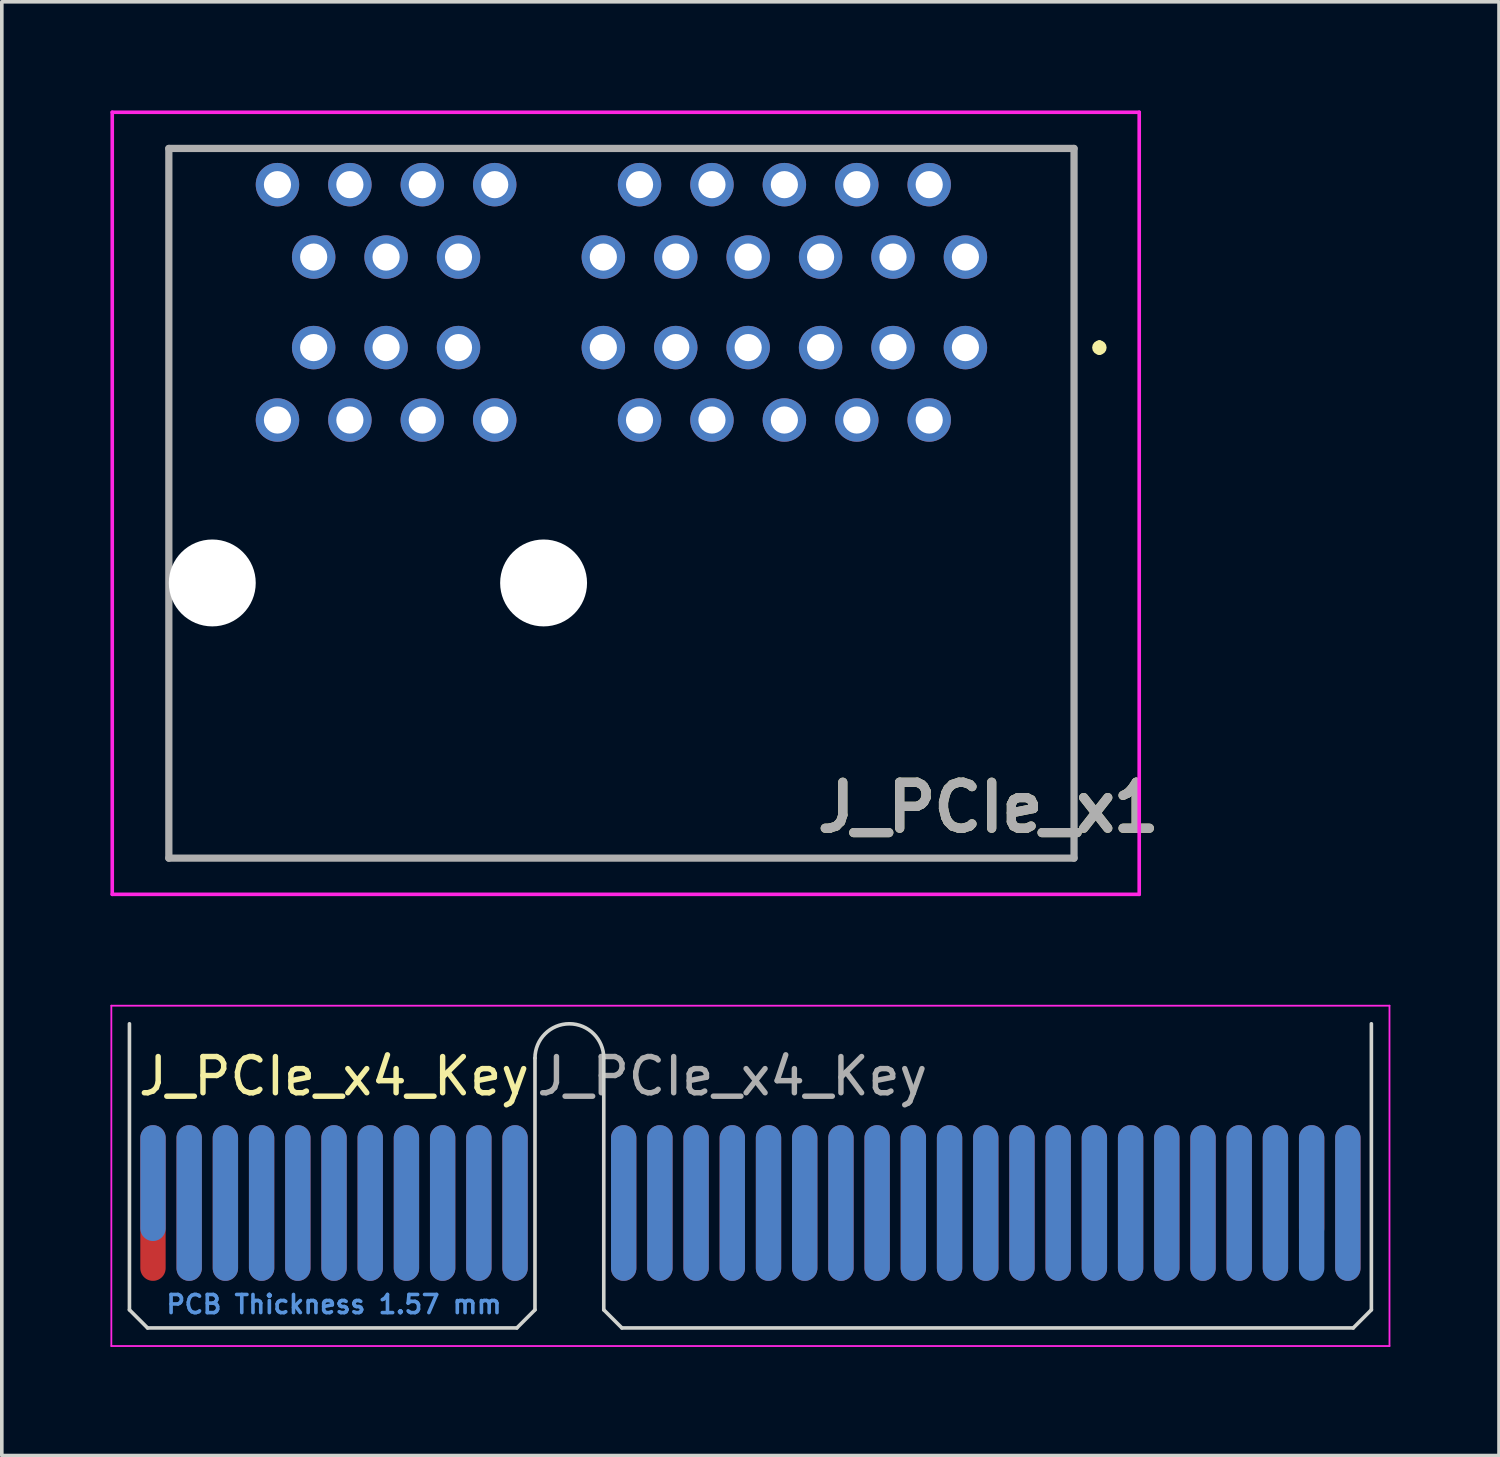
<source format=kicad_pcb>
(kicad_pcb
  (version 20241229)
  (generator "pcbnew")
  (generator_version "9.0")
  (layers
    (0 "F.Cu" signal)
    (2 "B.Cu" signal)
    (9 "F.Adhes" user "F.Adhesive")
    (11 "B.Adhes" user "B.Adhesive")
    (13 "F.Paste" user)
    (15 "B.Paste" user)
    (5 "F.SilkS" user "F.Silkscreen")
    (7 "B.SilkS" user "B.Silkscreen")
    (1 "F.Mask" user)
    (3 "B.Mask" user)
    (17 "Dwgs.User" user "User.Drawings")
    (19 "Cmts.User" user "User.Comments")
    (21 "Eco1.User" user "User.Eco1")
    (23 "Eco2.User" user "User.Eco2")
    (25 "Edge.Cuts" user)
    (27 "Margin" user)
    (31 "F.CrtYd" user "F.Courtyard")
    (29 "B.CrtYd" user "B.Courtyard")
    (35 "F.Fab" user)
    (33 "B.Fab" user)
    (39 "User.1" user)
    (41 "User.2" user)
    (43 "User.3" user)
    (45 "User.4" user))
  (footprint "J_PCIe_x4_Key"
    (layer "F.Cu")
    (at 1.175 30.175)
    (property "Reference" "J_PCIe_x4_Key" (at 5 -3.5 0) (layer "F.SilkS") (effects (font (size 1 1) (thickness 0.15))))
    (attr exclude_from_pos_files exclude_from_bom)
    (fp_line (start -0.65 -4.95) (end -0.65 2.95) (stroke (width 0.1) (type solid)) (layer "Edge.Cuts"))
    (fp_line (start -0.65 2.95) (end -0.15 3.45) (stroke (width 0.1) (type solid)) (layer "Edge.Cuts"))
    (fp_line (start -0.15 3.45) (end 10.05 3.45) (stroke (width 0.1) (type solid)) (layer "Edge.Cuts"))
    (fp_line (start 10.55 -4) (end 10.55 2.95) (stroke (width 0.1) (type solid)) (layer "Edge.Cuts"))
    (fp_line (start 10.55 2.95) (end 10.05 3.45) (stroke (width 0.1) (type solid)) (layer "Edge.Cuts"))
    (fp_line (start 12.45 -4) (end 12.45 2.95) (stroke (width 0.1) (type solid)) (layer "Edge.Cuts"))
    (fp_line (start 12.45 2.95) (end 12.95 3.45) (stroke (width 0.1) (type solid)) (layer "Edge.Cuts"))
    (fp_line (start 12.95 3.45) (end 33.15 3.45) (stroke (width 0.1) (type solid)) (layer "Edge.Cuts"))
    (fp_line (start 33.65 -4.95) (end 33.65 2.95) (stroke (width 0.1) (type solid)) (layer "Edge.Cuts"))
    (fp_line (start 33.65 2.95) (end 33.15 3.45) (stroke (width 0.1) (type solid)) (layer "Edge.Cuts"))
    (fp_arc (start 10.55 -4) (mid 11.5 -4.95) (end 12.45 -4) (stroke (width 0.1) (type solid)) (layer "Edge.Cuts"))
    (fp_line (start -1.15 -5.45) (end -1.15 3.95) (stroke (width 0.05) (type solid)) (layer "F.CrtYd"))
    (fp_line (start -1.15 -5.45) (end 34.15 -5.45) (stroke (width 0.05) (type solid)) (layer "F.CrtYd"))
    (fp_line (start 34.15 3.95) (end -1.15 3.95) (stroke (width 0.05) (type solid)) (layer "F.CrtYd"))
    (fp_line (start 34.15 3.95) (end 34.15 -5.45) (stroke (width 0.05) (type solid)) (layer "F.CrtYd"))
    (fp_text user "PCB Thickness 1.57 mm" (at 5 2.8 180) (layer "Cmts.User") (effects (font (size 0.5 0.5) (thickness 0.1))))
    (fp_text user "${REFERENCE}" (at 16 -3.5 0) (layer "F.Fab") (effects (font (size 1 1) (thickness 0.15))))
    (pad "A1" connect oval (at 0 -0.55) (size 0.7 3.2) (layers "B.Cu" "B.Mask"))
    (pad "A2" connect oval (at 1 0) (size 0.7 4.3) (layers "B.Cu" "B.Mask"))
    (pad "A3" connect oval (at 2 0) (size 0.7 4.3) (layers "B.Cu" "B.Mask"))
    (pad "A4" connect oval (at 3 0) (size 0.7 4.3) (layers "B.Cu" "B.Mask"))
    (pad "A5" connect oval (at 4 0) (size 0.7 4.3) (layers "B.Cu" "B.Mask"))
    (pad "A6" connect oval (at 5 0) (size 0.7 4.3) (layers "B.Cu" "B.Mask"))
    (pad "A7" connect oval (at 6 0) (size 0.7 4.3) (layers "B.Cu" "B.Mask"))
    (pad "A8" connect oval (at 7 0) (size 0.7 4.3) (layers "B.Cu" "B.Mask"))
    (pad "A9" connect oval (at 8 0) (size 0.7 4.3) (layers "B.Cu" "B.Mask"))
    (pad "A10" connect oval (at 9 0) (size 0.7 4.3) (layers "B.Cu" "B.Mask"))
    (pad "A11" connect oval (at 10 0) (size 0.7 4.3) (layers "B.Cu" "B.Mask"))
    (pad "A12" connect oval (at 13 0) (size 0.7 4.3) (layers "B.Cu" "B.Mask"))
    (pad "A13" connect oval (at 14 0) (size 0.7 4.3) (layers "B.Cu" "B.Mask"))
    (pad "A14" connect oval (at 15 0) (size 0.7 4.3) (layers "B.Cu" "B.Mask"))
    (pad "A15" connect oval (at 16 0) (size 0.7 4.3) (layers "B.Cu" "B.Mask"))
    (pad "A16" connect oval (at 17 0) (size 0.7 4.3) (layers "B.Cu" "B.Mask"))
    (pad "A17" connect oval (at 18 0) (size 0.7 4.3) (layers "B.Cu" "B.Mask"))
    (pad "A18" connect oval (at 19 0) (size 0.7 4.3) (layers "B.Cu" "B.Mask"))
    (pad "A19" connect oval (at 20 0) (size 0.7 4.3) (layers "B.Cu" "B.Mask"))
    (pad "A20" connect oval (at 21 0) (size 0.7 4.3) (layers "B.Cu" "B.Mask"))
    (pad "A21" connect oval (at 22 0) (size 0.7 4.3) (layers "B.Cu" "B.Mask"))
    (pad "A22" connect oval (at 23 0) (size 0.7 4.3) (layers "B.Cu" "B.Mask"))
    (pad "A23" connect oval (at 24 0) (size 0.7 4.3) (layers "B.Cu" "B.Mask"))
    (pad "A24" connect oval (at 25 0) (size 0.7 4.3) (layers "B.Cu" "B.Mask"))
    (pad "A25" connect oval (at 26 0) (size 0.7 4.3) (layers "B.Cu" "B.Mask"))
    (pad "A26" connect oval (at 27 0) (size 0.7 4.3) (layers "B.Cu" "B.Mask"))
    (pad "A27" connect oval (at 28 0) (size 0.7 4.3) (layers "B.Cu" "B.Mask"))
    (pad "A28" connect oval (at 29 0) (size 0.7 4.3) (layers "B.Cu" "B.Mask"))
    (pad "A29" connect oval (at 30 0) (size 0.7 4.3) (layers "B.Cu" "B.Mask"))
    (pad "A30" connect oval (at 31 0) (size 0.7 4.3) (layers "B.Cu" "B.Mask"))
    (pad "A31" connect oval (at 32 0) (size 0.7 4.3) (layers "B.Cu" "B.Mask"))
    (pad "A32" connect oval (at 33 0) (size 0.7 4.3) (layers "B.Cu" "B.Mask"))
    (pad "B1" connect oval (at 0 0) (size 0.7 4.3) (layers "F.Cu" "F.Mask"))
    (pad "B2" connect oval (at 1 0) (size 0.7 4.3) (layers "F.Cu" "F.Mask"))
    (pad "B3" connect oval (at 2 0) (size 0.7 4.3) (layers "F.Cu" "F.Mask"))
    (pad "B4" connect oval (at 3 0) (size 0.7 4.3) (layers "F.Cu" "F.Mask"))
    (pad "B5" connect oval (at 4 0) (size 0.7 4.3) (layers "F.Cu" "F.Mask"))
    (pad "B6" connect oval (at 5 0) (size 0.7 4.3) (layers "F.Cu" "F.Mask"))
    (pad "B7" connect oval (at 6 0) (size 0.7 4.3) (layers "F.Cu" "F.Mask"))
    (pad "B8" connect oval (at 7 0) (size 0.7 4.3) (layers "F.Cu" "F.Mask"))
    (pad "B9" connect oval (at 8 0) (size 0.7 4.3) (layers "F.Cu" "F.Mask"))
    (pad "B10" connect oval (at 9 0) (size 0.7 4.3) (layers "F.Cu" "F.Mask"))
    (pad "B11" connect oval (at 10 0) (size 0.7 4.3) (layers "F.Cu" "F.Mask"))
    (pad "B12" connect oval (at 13 0) (size 0.7 4.3) (layers "F.Cu" "F.Mask"))
    (pad "B13" connect oval (at 14 0) (size 0.7 4.3) (layers "F.Cu" "F.Mask"))
    (pad "B14" connect oval (at 15 0) (size 0.7 4.3) (layers "F.Cu" "F.Mask"))
    (pad "B15" connect oval (at 16 0) (size 0.7 4.3) (layers "F.Cu" "F.Mask"))
    (pad "B16" connect oval (at 17 0) (size 0.7 4.3) (layers "F.Cu" "F.Mask"))
    (pad "B17" connect oval (at 18 0) (size 0.7 4.3) (layers "F.Cu" "F.Mask"))
    (pad "B18" connect oval (at 19 0) (size 0.7 4.3) (layers "F.Cu" "F.Mask"))
    (pad "B19" connect oval (at 20 0) (size 0.7 4.3) (layers "F.Cu" "F.Mask"))
    (pad "B20" connect oval (at 21 0) (size 0.7 4.3) (layers "F.Cu" "F.Mask"))
    (pad "B21" connect oval (at 22 0) (size 0.7 4.3) (layers "F.Cu" "F.Mask"))
    (pad "B22" connect oval (at 23 0) (size 0.7 4.3) (layers "F.Cu" "F.Mask"))
    (pad "B23" connect oval (at 24 0) (size 0.7 4.3) (layers "F.Cu" "F.Mask"))
    (pad "B24" connect oval (at 25 0) (size 0.7 4.3) (layers "F.Cu" "F.Mask"))
    (pad "B25" connect oval (at 26 0) (size 0.7 4.3) (layers "F.Cu" "F.Mask"))
    (pad "B26" connect oval (at 27 0) (size 0.7 4.3) (layers "F.Cu" "F.Mask"))
    (pad "B27" connect oval (at 28 0) (size 0.7 4.3) (layers "F.Cu" "F.Mask"))
    (pad "B28" connect oval (at 29 0) (size 0.7 4.3) (layers "F.Cu" "F.Mask"))
    (pad "B29" connect oval (at 30 0) (size 0.7 4.3) (layers "F.Cu" "F.Mask"))
    (pad "B30" connect oval (at 31 0) (size 0.7 4.3) (layers "F.Cu" "F.Mask"))
    (pad "B31" connect oval (at 32 -0.55) (size 0.7 3.2) (layers "F.Cu" "F.Mask"))
    (pad "B32" connect oval (at 33 0) (size 0.7 4.3) (layers "F.Cu" "F.Mask")))
  (footprint "J_PCIe_x1"
    (layer "F.Cu")
    (at 23.613 6.55)
    (property "Reference" "J_PCIe_x1" (at 0.635 12.7 0) (layer "F.SilkS") (effects (font (size 1.27 1.27) (thickness 0.254))))
    (attr through_hole)
    (fp_line (start -22 -5.5) (end 3 -5.5) (stroke (width 0.1) (type solid)) (layer "F.SilkS"))
    (fp_line (start -22 4.445) (end -22 -5.5) (stroke (width 0.1) (type solid)) (layer "F.SilkS"))
    (fp_line (start -22 14.1) (end -22 8.255) (stroke (width 0.1) (type solid)) (layer "F.SilkS"))
    (fp_line (start 3 -5.5) (end 3 14.1) (stroke (width 0.1) (type solid)) (layer "F.SilkS"))
    (fp_line (start 3 14.1) (end -22 14.1) (stroke (width 0.1) (type solid)) (layer "F.SilkS"))
    (fp_line (start 3.7 -0.1) (end 3.7 -0.1) (stroke (width 0.2) (type solid)) (layer "F.SilkS"))
    (fp_line (start 3.7 0.1) (end 3.7 0.1) (stroke (width 0.2) (type solid)) (layer "F.SilkS"))
    (fp_arc (start 3.7 -0.1) (mid 3.8 0) (end 3.7 0.1) (stroke (width 0.2) (type solid)) (layer "F.SilkS"))
    (fp_arc (start 3.7 0.1) (mid 3.6 0) (end 3.7 -0.1) (stroke (width 0.2) (type solid)) (layer "F.SilkS"))
    (fp_line (start -23.563 -6.5) (end 4.8 -6.5) (stroke (width 0.1) (type solid)) (layer "F.CrtYd"))
    (fp_line (start -23.563 15.1) (end -23.563 -6.5) (stroke (width 0.1) (type solid)) (layer "F.CrtYd"))
    (fp_line (start 4.8 -6.5) (end 4.8 15.1) (stroke (width 0.1) (type solid)) (layer "F.CrtYd"))
    (fp_line (start 4.8 15.1) (end -23.563 15.1) (stroke (width 0.1) (type solid)) (layer "F.CrtYd"))
    (fp_line (start -22 -5.5) (end 3 -5.5) (stroke (width 0.2) (type solid)) (layer "F.Fab"))
    (fp_line (start -22 14.1) (end -22 -5.5) (stroke (width 0.2) (type solid)) (layer "F.Fab"))
    (fp_line (start 3 -5.5) (end 3 14.1) (stroke (width 0.2) (type solid)) (layer "F.Fab"))
    (fp_line (start 3 14.1) (end -22 14.1) (stroke (width 0.2) (type solid)) (layer "F.Fab"))
    (fp_text user "${REFERENCE}" (at 0.635 12.7 0) (layer "F.Fab") (effects (font (size 1.27 1.27) (thickness 0.254))))
    (pad "" np_thru_hole circle (at -20.8 6.5) (size 2.4 2.4) (drill 2.4) (layers "*.Cu" "*.Mask"))
    (pad "" np_thru_hole circle (at -11.65 6.5) (size 2.4 2.4) (drill 2.4) (layers "*.Cu" "*.Mask"))
    (pad "A1" thru_hole circle (at 0 0) (size 1.2 1.2) (drill 0.75) (layers "*.Cu" "*.Mask"))
    (pad "A2" thru_hole circle (at -1 2) (size 1.2 1.2) (drill 0.75) (layers "*.Cu" "*.Mask"))
    (pad "A3" thru_hole circle (at -2 0) (size 1.2 1.2) (drill 0.75) (layers "*.Cu" "*.Mask"))
    (pad "A4" thru_hole circle (at -3 2) (size 1.2 1.2) (drill 0.75) (layers "*.Cu" "*.Mask"))
    (pad "A5" thru_hole circle (at -4 0) (size 1.2 1.2) (drill 0.75) (layers "*.Cu" "*.Mask"))
    (pad "A6" thru_hole circle (at -5 2) (size 1.2 1.2) (drill 0.75) (layers "*.Cu" "*.Mask"))
    (pad "A7" thru_hole circle (at -6 0) (size 1.2 1.2) (drill 0.75) (layers "*.Cu" "*.Mask"))
    (pad "A8" thru_hole circle (at -7 2) (size 1.2 1.2) (drill 0.75) (layers "*.Cu" "*.Mask"))
    (pad "A9" thru_hole circle (at -8 0) (size 1.2 1.2) (drill 0.75) (layers "*.Cu" "*.Mask"))
    (pad "A10" thru_hole circle (at -9 2) (size 1.2 1.2) (drill 0.75) (layers "*.Cu" "*.Mask"))
    (pad "A11" thru_hole circle (at -10 0) (size 1.2 1.2) (drill 0.75) (layers "*.Cu" "*.Mask"))
    (pad "A12" thru_hole circle (at -13 2) (size 1.2 1.2) (drill 0.75) (layers "*.Cu" "*.Mask"))
    (pad "A13" thru_hole circle (at -14 0) (size 1.2 1.2) (drill 0.75) (layers "*.Cu" "*.Mask"))
    (pad "A14" thru_hole circle (at -15 2) (size 1.2 1.2) (drill 0.75) (layers "*.Cu" "*.Mask"))
    (pad "A15" thru_hole circle (at -16 0) (size 1.2 1.2) (drill 0.75) (layers "*.Cu" "*.Mask"))
    (pad "A16" thru_hole circle (at -17 2) (size 1.2 1.2) (drill 0.75) (layers "*.Cu" "*.Mask"))
    (pad "A17" thru_hole circle (at -18 0) (size 1.2 1.2) (drill 0.75) (layers "*.Cu" "*.Mask"))
    (pad "A18" thru_hole circle (at -19 2) (size 1.2 1.2) (drill 0.75) (layers "*.Cu" "*.Mask"))
    (pad "B1" thru_hole circle (at 0 -2.5) (size 1.2 1.2) (drill 0.75) (layers "*.Cu" "*.Mask"))
    (pad "B2" thru_hole circle (at -1 -4.5) (size 1.2 1.2) (drill 0.75) (layers "*.Cu" "*.Mask"))
    (pad "B3" thru_hole circle (at -2 -2.5) (size 1.2 1.2) (drill 0.75) (layers "*.Cu" "*.Mask"))
    (pad "B4" thru_hole circle (at -3 -4.5) (size 1.2 1.2) (drill 0.75) (layers "*.Cu" "*.Mask"))
    (pad "B5" thru_hole circle (at -4 -2.5) (size 1.2 1.2) (drill 0.75) (layers "*.Cu" "*.Mask"))
    (pad "B6" thru_hole circle (at -5 -4.5) (size 1.2 1.2) (drill 0.75) (layers "*.Cu" "*.Mask"))
    (pad "B7" thru_hole circle (at -6 -2.5) (size 1.2 1.2) (drill 0.75) (layers "*.Cu" "*.Mask"))
    (pad "B8" thru_hole circle (at -7 -4.5) (size 1.2 1.2) (drill 0.75) (layers "*.Cu" "*.Mask"))
    (pad "B9" thru_hole circle (at -8 -2.5) (size 1.2 1.2) (drill 0.75) (layers "*.Cu" "*.Mask"))
    (pad "B10" thru_hole circle (at -9 -4.5) (size 1.2 1.2) (drill 0.75) (layers "*.Cu" "*.Mask"))
    (pad "B11" thru_hole circle (at -10 -2.5) (size 1.2 1.2) (drill 0.75) (layers "*.Cu" "*.Mask"))
    (pad "B12" thru_hole circle (at -13 -4.5) (size 1.2 1.2) (drill 0.75) (layers "*.Cu" "*.Mask"))
    (pad "B13" thru_hole circle (at -14 -2.5) (size 1.2 1.2) (drill 0.75) (layers "*.Cu" "*.Mask"))
    (pad "B14" thru_hole circle (at -15 -4.5) (size 1.2 1.2) (drill 0.75) (layers "*.Cu" "*.Mask"))
    (pad "B15" thru_hole circle (at -16 -2.5) (size 1.2 1.2) (drill 0.75) (layers "*.Cu" "*.Mask"))
    (pad "B16" thru_hole circle (at -17 -4.5) (size 1.2 1.2) (drill 0.75) (layers "*.Cu" "*.Mask"))
    (pad "B17" thru_hole circle (at -18 -2.5) (size 1.2 1.2) (drill 0.75) (layers "*.Cu" "*.Mask"))
    (pad "B18" thru_hole circle (at -19 -4.5) (size 1.2 1.2) (drill 0.75) (layers "*.Cu" "*.Mask")))
  (gr_rect
    (start -3 -3)
    (end 38.35 37.15)
    (stroke (width 0.1) (type default))
    (fill no)
    (layer "Edge.Cuts")))
</source>
